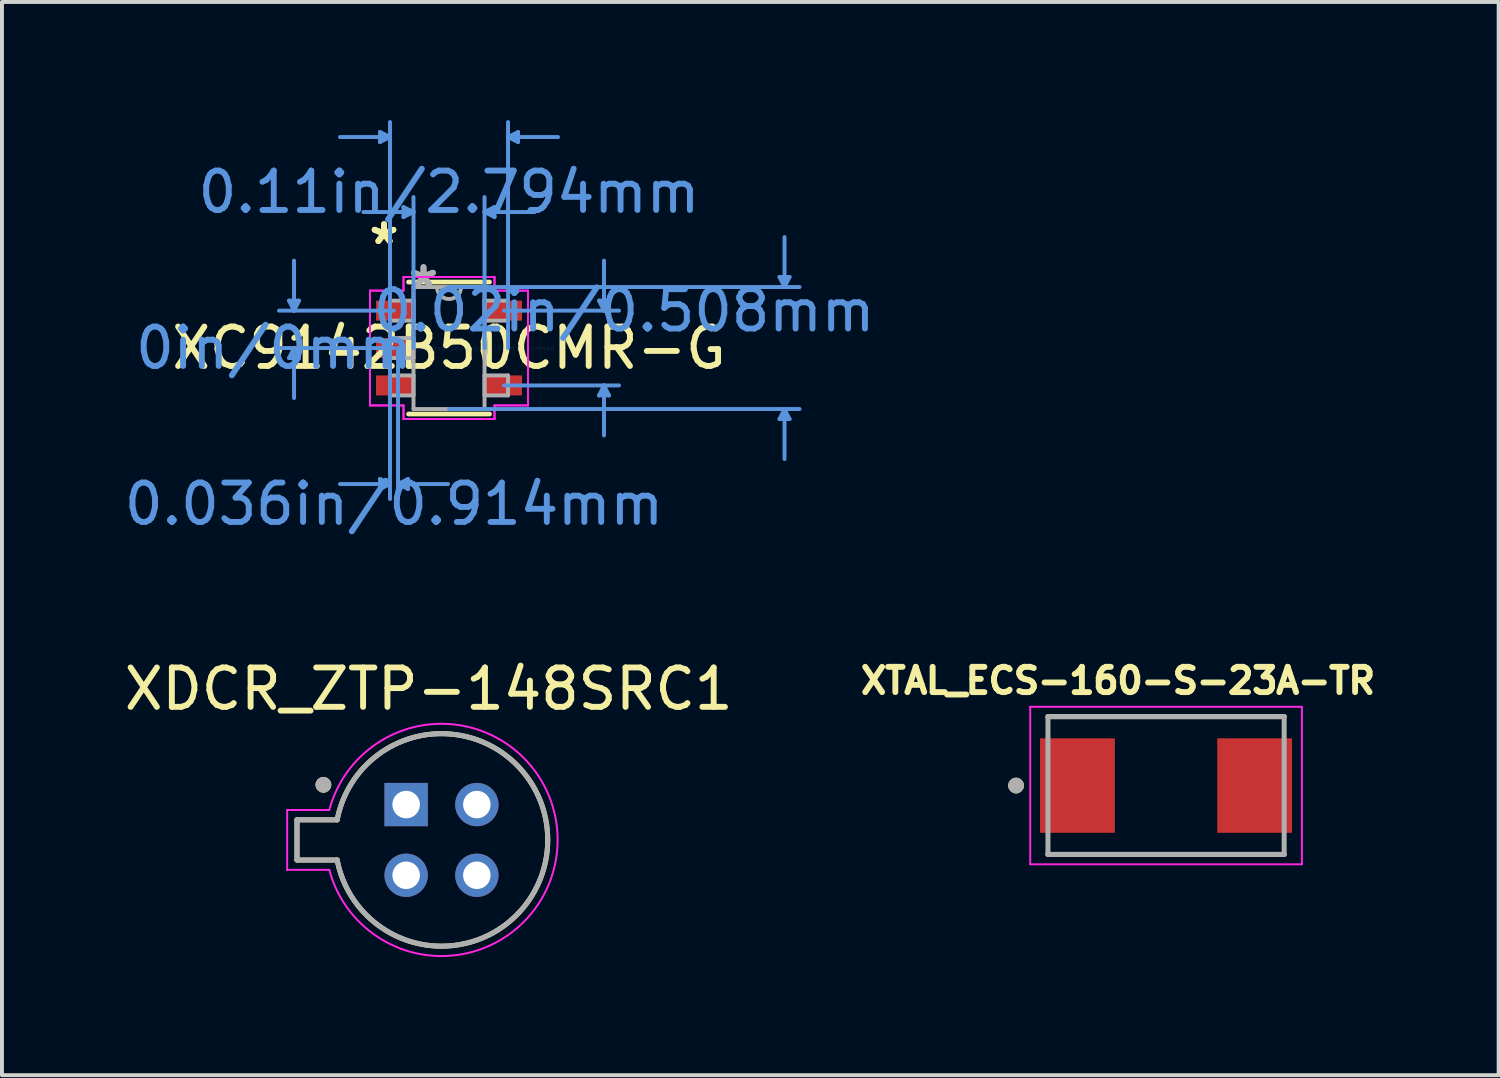
<source format=kicad_pcb>
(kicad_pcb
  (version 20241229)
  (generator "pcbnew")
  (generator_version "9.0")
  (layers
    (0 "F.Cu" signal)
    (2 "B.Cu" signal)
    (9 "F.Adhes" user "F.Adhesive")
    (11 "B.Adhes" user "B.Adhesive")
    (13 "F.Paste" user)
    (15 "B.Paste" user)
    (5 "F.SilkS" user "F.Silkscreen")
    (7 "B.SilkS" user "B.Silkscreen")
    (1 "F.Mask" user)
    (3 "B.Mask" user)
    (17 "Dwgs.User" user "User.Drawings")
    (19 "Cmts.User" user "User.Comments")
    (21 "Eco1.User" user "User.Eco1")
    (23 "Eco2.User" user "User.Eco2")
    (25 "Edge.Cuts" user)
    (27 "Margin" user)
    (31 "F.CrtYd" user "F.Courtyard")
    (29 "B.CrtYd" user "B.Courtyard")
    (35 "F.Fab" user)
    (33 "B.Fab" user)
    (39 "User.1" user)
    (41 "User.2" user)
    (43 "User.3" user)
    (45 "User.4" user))
  (footprint "XTAL_ECS-160-S-23A-TR"
    (layer "F.Cu")
    (at 26.568 16.903)
    (property "Reference" "XTAL_ECS-160-S-23A-TR" (at -1.221 -2.663 0) (layer "F.SilkS") (effects (font (size 0.642 0.642) (thickness 0.15))))
    (attr through_hole)
    (fp_line (start -3 -1.75) (end 3 -1.75) (stroke (width 0.127) (type solid)) (layer "F.SilkS"))
    (fp_line (start -3 1.75) (end 3 1.75) (stroke (width 0.127) (type solid)) (layer "F.SilkS"))
    (fp_circle (center -3.81 0) (end -3.71 0) (stroke (width 0.2) (type solid)) (fill no) (layer "F.SilkS"))
    (fp_line (start -3.45 -2) (end 3.45 -2) (stroke (width 0.05) (type solid)) (layer "F.CrtYd"))
    (fp_line (start -3.45 2) (end -3.45 -2) (stroke (width 0.05) (type solid)) (layer "F.CrtYd"))
    (fp_line (start 3.45 -2) (end 3.45 2) (stroke (width 0.05) (type solid)) (layer "F.CrtYd"))
    (fp_line (start 3.45 2) (end -3.45 2) (stroke (width 0.05) (type solid)) (layer "F.CrtYd"))
    (fp_line (start -3 -1.75) (end -3 1.75) (stroke (width 0.127) (type solid)) (layer "F.Fab"))
    (fp_line (start -3 -1.75) (end 3 -1.75) (stroke (width 0.127) (type solid)) (layer "F.Fab"))
    (fp_line (start -3 1.75) (end 3 1.75) (stroke (width 0.127) (type solid)) (layer "F.Fab"))
    (fp_line (start 3 1.75) (end 3 -1.75) (stroke (width 0.127) (type solid)) (layer "F.Fab"))
    (fp_circle (center -3.81 0) (end -3.71 0) (stroke (width 0.2) (type solid)) (fill no) (layer "F.Fab"))
    (pad "1" smd rect (at -2.25 0 90) (size 2.4 1.9) (layers "F.Cu" "F.Mask" "F.Paste"))
    (pad "2" smd rect (at 2.25 0 90) (size 2.4 1.9) (layers "F.Cu" "F.Mask" "F.Paste")))
  (footprint "XDCR_ZTP-148SRC1"
    (layer "F.Cu")
    (at 8.164 18.284)
    (property "Reference" "XDCR_ZTP-148SRC1" (at -0.325 -3.835 0) (layer "F.SilkS") (effects (font (size 1 1) (thickness 0.15))))
    (attr through_hole)
    (fp_line (start -3.67 -0.51) (end -3.67 0.51) (stroke (width 0.127) (type solid)) (layer "F.SilkS"))
    (fp_line (start -3.67 0.51) (end -2.65 0.51) (stroke (width 0.127) (type solid)) (layer "F.SilkS"))
    (fp_line (start -2.65 -0.51) (end -3.67 -0.51) (stroke (width 0.127) (type solid)) (layer "F.SilkS"))
    (fp_arc (start -2.65 -0.51) (mid 2.698651 0) (end -2.65 0.51) (stroke (width 0.127) (type solid)) (layer "F.SilkS"))
    (fp_circle (center -3 -1.4) (end -2.9 -1.4) (stroke (width 0.2) (type solid)) (fill no) (layer "F.SilkS"))
    (fp_line (start -3.92 -0.76) (end -2.85 -0.76) (stroke (width 0.05) (type solid)) (layer "F.CrtYd"))
    (fp_line (start -3.92 0.76) (end -3.92 -0.76) (stroke (width 0.05) (type solid)) (layer "F.CrtYd"))
    (fp_line (start -2.85 0.76) (end -3.92 0.76) (stroke (width 0.05) (type solid)) (layer "F.CrtYd"))
    (fp_arc (start -2.85 -0.76) (mid 2.94956 0) (end -2.85 0.76) (stroke (width 0.05) (type solid)) (layer "F.CrtYd"))
    (fp_line (start -3.67 -0.51) (end -3.67 0.51) (stroke (width 0.127) (type solid)) (layer "F.Fab"))
    (fp_line (start -3.67 0.51) (end -2.65 0.51) (stroke (width 0.127) (type solid)) (layer "F.Fab"))
    (fp_line (start -2.65 -0.51) (end -3.67 -0.51) (stroke (width 0.127) (type solid)) (layer "F.Fab"))
    (fp_arc (start -2.65 -0.51) (mid 2.698651 0) (end -2.65 0.51) (stroke (width 0.127) (type solid)) (layer "F.Fab"))
    (fp_circle (center -3 -1.4) (end -2.9 -1.4) (stroke (width 0.2) (type solid)) (fill no) (layer "F.Fab"))
    (pad "1" thru_hole rect (at -0.898 -0.898) (size 1.1 1.1) (drill 0.7) (layers "*.Cu" "*.Mask"))
    (pad "2" thru_hole circle (at -0.898 0.898) (size 1.1 1.1) (drill 0.7) (layers "*.Cu" "*.Mask"))
    (pad "3" thru_hole circle (at 0.898 0.898) (size 1.1 1.1) (drill 0.7) (layers "*.Cu" "*.Mask"))
    (pad "4" thru_hole circle (at 0.898 -0.898) (size 1.1 1.1) (drill 0.7) (layers "*.Cu" "*.Mask")))
  (footprint "XC9142B50CMR-G"
    (layer "F.Cu")
    (at 8.355 5.79)
    (property "Reference" "XC9142B50CMR-G" (at 0 0 0) (layer "F.SilkS") (effects (font (size 1 1) (thickness 0.15))))
    (attr through_hole)
    (fp_line (start -1.029 1.676) (end 1.029 1.676) (stroke (width 0.12) (type solid)) (layer "F.SilkS"))
    (fp_line (start 1.029 -1.676) (end -1.029 -1.676) (stroke (width 0.12) (type solid)) (layer "F.SilkS"))
    (fp_line (start 1.029 0.363) (end 1.029 -0.363) (stroke (width 0.12) (type solid)) (layer "F.SilkS"))
    (fp_line (start -4.064 -1.204) (end -3.81 -1.204) (stroke (width 0.1) (type solid)) (layer "Cmts.User"))
    (fp_line (start -4.064 0.254) (end -3.81 0.254) (stroke (width 0.1) (type solid)) (layer "Cmts.User"))
    (fp_line (start -3.937 -0.95) (end -4.064 -1.204) (stroke (width 0.1) (type solid)) (layer "Cmts.User"))
    (fp_line (start -3.937 -0.95) (end -3.937 -2.22) (stroke (width 0.1) (type solid)) (layer "Cmts.User"))
    (fp_line (start -3.937 -0.95) (end -3.81 -1.204) (stroke (width 0.1) (type solid)) (layer "Cmts.User"))
    (fp_line (start -3.937 0) (end -4.064 0.254) (stroke (width 0.1) (type solid)) (layer "Cmts.User"))
    (fp_line (start -3.937 0) (end -3.937 1.27) (stroke (width 0.1) (type solid)) (layer "Cmts.User"))
    (fp_line (start -3.937 0) (end -3.81 0.254) (stroke (width 0.1) (type solid)) (layer "Cmts.User"))
    (fp_line (start -1.753 -5.486) (end -1.753 -5.232) (stroke (width 0.1) (type solid)) (layer "Cmts.User"))
    (fp_line (start -1.753 3.327) (end -1.753 3.581) (stroke (width 0.1) (type solid)) (layer "Cmts.User"))
    (fp_line (start -1.499 -5.359) (end -2.769 -5.359) (stroke (width 0.1) (type solid)) (layer "Cmts.User"))
    (fp_line (start -1.499 -5.359) (end -1.753 -5.486) (stroke (width 0.1) (type solid)) (layer "Cmts.User"))
    (fp_line (start -1.499 -5.359) (end -1.753 -5.232) (stroke (width 0.1) (type solid)) (layer "Cmts.User"))
    (fp_line (start -1.499 0) (end -1.499 -5.74) (stroke (width 0.1) (type solid)) (layer "Cmts.User"))
    (fp_line (start -1.499 0) (end -1.499 3.835) (stroke (width 0.1) (type solid)) (layer "Cmts.User"))
    (fp_line (start -1.499 3.454) (end -2.769 3.454) (stroke (width 0.1) (type solid)) (layer "Cmts.User"))
    (fp_line (start -1.499 3.454) (end -1.753 3.327) (stroke (width 0.1) (type solid)) (layer "Cmts.User"))
    (fp_line (start -1.499 3.454) (end -1.753 3.581) (stroke (width 0.1) (type solid)) (layer "Cmts.User"))
    (fp_line (start -1.397 -0.95) (end -4.318 -0.95) (stroke (width 0.1) (type solid)) (layer "Cmts.User"))
    (fp_line (start -1.397 0) (end -4.318 0) (stroke (width 0.1) (type solid)) (layer "Cmts.User"))
    (fp_line (start -1.295 0) (end -1.295 3.835) (stroke (width 0.1) (type solid)) (layer "Cmts.User"))
    (fp_line (start -1.295 3.454) (end -1.041 3.327) (stroke (width 0.1) (type solid)) (layer "Cmts.User"))
    (fp_line (start -1.295 3.454) (end -1.041 3.581) (stroke (width 0.1) (type solid)) (layer "Cmts.User"))
    (fp_line (start -1.295 3.454) (end -0.025 3.454) (stroke (width 0.1) (type solid)) (layer "Cmts.User"))
    (fp_line (start -1.156 -3.581) (end -1.156 -3.327) (stroke (width 0.1) (type solid)) (layer "Cmts.User"))
    (fp_line (start -1.041 3.327) (end -1.041 3.581) (stroke (width 0.1) (type solid)) (layer "Cmts.User"))
    (fp_line (start -0.902 -3.454) (end -2.172 -3.454) (stroke (width 0.1) (type solid)) (layer "Cmts.User"))
    (fp_line (start -0.902 -3.454) (end -1.156 -3.581) (stroke (width 0.1) (type solid)) (layer "Cmts.User"))
    (fp_line (start -0.902 -3.454) (end -1.156 -3.327) (stroke (width 0.1) (type solid)) (layer "Cmts.User"))
    (fp_line (start -0.902 0) (end -0.902 -3.835) (stroke (width 0.1) (type solid)) (layer "Cmts.User"))
    (fp_line (start 0 -1.549) (end 8.903 -1.549) (stroke (width 0.1) (type solid)) (layer "Cmts.User"))
    (fp_line (start 0 1.549) (end 8.903 1.549) (stroke (width 0.1) (type solid)) (layer "Cmts.User"))
    (fp_line (start 0.902 -3.454) (end 1.156 -3.581) (stroke (width 0.1) (type solid)) (layer "Cmts.User"))
    (fp_line (start 0.902 -3.454) (end 1.156 -3.327) (stroke (width 0.1) (type solid)) (layer "Cmts.User"))
    (fp_line (start 0.902 -3.454) (end 2.172 -3.454) (stroke (width 0.1) (type solid)) (layer "Cmts.User"))
    (fp_line (start 0.902 0) (end 0.902 -3.835) (stroke (width 0.1) (type solid)) (layer "Cmts.User"))
    (fp_line (start 1.156 -3.581) (end 1.156 -3.327) (stroke (width 0.1) (type solid)) (layer "Cmts.User"))
    (fp_line (start 1.397 -0.95) (end 4.318 -0.95) (stroke (width 0.1) (type solid)) (layer "Cmts.User"))
    (fp_line (start 1.397 0.95) (end 4.318 0.95) (stroke (width 0.1) (type solid)) (layer "Cmts.User"))
    (fp_line (start 1.499 -5.359) (end 1.753 -5.486) (stroke (width 0.1) (type solid)) (layer "Cmts.User"))
    (fp_line (start 1.499 -5.359) (end 1.753 -5.232) (stroke (width 0.1) (type solid)) (layer "Cmts.User"))
    (fp_line (start 1.499 -5.359) (end 2.769 -5.359) (stroke (width 0.1) (type solid)) (layer "Cmts.User"))
    (fp_line (start 1.499 0) (end 1.499 -5.74) (stroke (width 0.1) (type solid)) (layer "Cmts.User"))
    (fp_line (start 1.753 -5.486) (end 1.753 -5.232) (stroke (width 0.1) (type solid)) (layer "Cmts.User"))
    (fp_line (start 3.81 -1.204) (end 4.064 -1.204) (stroke (width 0.1) (type solid)) (layer "Cmts.User"))
    (fp_line (start 3.81 1.204) (end 4.064 1.204) (stroke (width 0.1) (type solid)) (layer "Cmts.User"))
    (fp_line (start 3.937 -0.95) (end 3.81 -1.204) (stroke (width 0.1) (type solid)) (layer "Cmts.User"))
    (fp_line (start 3.937 -0.95) (end 3.937 -2.22) (stroke (width 0.1) (type solid)) (layer "Cmts.User"))
    (fp_line (start 3.937 -0.95) (end 4.064 -1.204) (stroke (width 0.1) (type solid)) (layer "Cmts.User"))
    (fp_line (start 3.937 0.95) (end 3.81 1.204) (stroke (width 0.1) (type solid)) (layer "Cmts.User"))
    (fp_line (start 3.937 0.95) (end 3.937 2.22) (stroke (width 0.1) (type solid)) (layer "Cmts.User"))
    (fp_line (start 3.937 0.95) (end 4.064 1.204) (stroke (width 0.1) (type solid)) (layer "Cmts.User"))
    (fp_line (start 8.395 -1.803) (end 8.649 -1.803) (stroke (width 0.1) (type solid)) (layer "Cmts.User"))
    (fp_line (start 8.395 1.803) (end 8.649 1.803) (stroke (width 0.1) (type solid)) (layer "Cmts.User"))
    (fp_line (start 8.522 -1.549) (end 8.395 -1.803) (stroke (width 0.1) (type solid)) (layer "Cmts.User"))
    (fp_line (start 8.522 -1.549) (end 8.522 -2.819) (stroke (width 0.1) (type solid)) (layer "Cmts.User"))
    (fp_line (start 8.522 -1.549) (end 8.649 -1.803) (stroke (width 0.1) (type solid)) (layer "Cmts.User"))
    (fp_line (start 8.522 1.549) (end 8.395 1.803) (stroke (width 0.1) (type solid)) (layer "Cmts.User"))
    (fp_line (start 8.522 1.549) (end 8.522 2.819) (stroke (width 0.1) (type solid)) (layer "Cmts.User"))
    (fp_line (start 8.522 1.549) (end 8.649 1.803) (stroke (width 0.1) (type solid)) (layer "Cmts.User"))
    (fp_line (start -2.007 -1.458) (end -1.156 -1.458) (stroke (width 0.05) (type solid)) (layer "F.CrtYd"))
    (fp_line (start -2.007 -1.458) (end -1.156 -1.458) (stroke (width 0.05) (type solid)) (layer "F.CrtYd"))
    (fp_line (start -2.007 1.458) (end -2.007 -1.458) (stroke (width 0.05) (type solid)) (layer "F.CrtYd"))
    (fp_line (start -2.007 1.458) (end -2.007 -1.458) (stroke (width 0.05) (type solid)) (layer "F.CrtYd"))
    (fp_line (start -1.156 -1.803) (end 1.156 -1.803) (stroke (width 0.05) (type solid)) (layer "F.CrtYd"))
    (fp_line (start -1.156 -1.803) (end 1.156 -1.803) (stroke (width 0.05) (type solid)) (layer "F.CrtYd"))
    (fp_line (start -1.156 -1.458) (end -1.156 -1.803) (stroke (width 0.05) (type solid)) (layer "F.CrtYd"))
    (fp_line (start -1.156 -1.458) (end -1.156 -1.803) (stroke (width 0.05) (type solid)) (layer "F.CrtYd"))
    (fp_line (start -1.156 1.458) (end -2.007 1.458) (stroke (width 0.05) (type solid)) (layer "F.CrtYd"))
    (fp_line (start -1.156 1.458) (end -2.007 1.458) (stroke (width 0.05) (type solid)) (layer "F.CrtYd"))
    (fp_line (start -1.156 1.803) (end -1.156 1.458) (stroke (width 0.05) (type solid)) (layer "F.CrtYd"))
    (fp_line (start -1.156 1.803) (end -1.156 1.458) (stroke (width 0.05) (type solid)) (layer "F.CrtYd"))
    (fp_line (start 1.156 -1.803) (end 1.156 -1.458) (stroke (width 0.05) (type solid)) (layer "F.CrtYd"))
    (fp_line (start 1.156 -1.803) (end 1.156 -1.458) (stroke (width 0.05) (type solid)) (layer "F.CrtYd"))
    (fp_line (start 1.156 -1.458) (end 2.007 -1.458) (stroke (width 0.05) (type solid)) (layer "F.CrtYd"))
    (fp_line (start 1.156 -1.458) (end 2.007 -1.458) (stroke (width 0.05) (type solid)) (layer "F.CrtYd"))
    (fp_line (start 1.156 1.458) (end 1.156 1.803) (stroke (width 0.05) (type solid)) (layer "F.CrtYd"))
    (fp_line (start 1.156 1.458) (end 1.156 1.803) (stroke (width 0.05) (type solid)) (layer "F.CrtYd"))
    (fp_line (start 1.156 1.803) (end -1.156 1.803) (stroke (width 0.05) (type solid)) (layer "F.CrtYd"))
    (fp_line (start 1.156 1.803) (end -1.156 1.803) (stroke (width 0.05) (type solid)) (layer "F.CrtYd"))
    (fp_line (start 2.007 -1.458) (end 2.007 1.458) (stroke (width 0.05) (type solid)) (layer "F.CrtYd"))
    (fp_line (start 2.007 -1.458) (end 2.007 1.458) (stroke (width 0.05) (type solid)) (layer "F.CrtYd"))
    (fp_line (start 2.007 1.458) (end 1.156 1.458) (stroke (width 0.05) (type solid)) (layer "F.CrtYd"))
    (fp_line (start 2.007 1.458) (end 1.156 1.458) (stroke (width 0.05) (type solid)) (layer "F.CrtYd"))
    (fp_line (start -1.499 -1.204) (end -1.499 -0.696) (stroke (width 0.1) (type solid)) (layer "F.Fab"))
    (fp_line (start -1.499 -0.696) (end -0.902 -0.696) (stroke (width 0.1) (type solid)) (layer "F.Fab"))
    (fp_line (start -1.499 -0.254) (end -1.499 0.254) (stroke (width 0.1) (type solid)) (layer "F.Fab"))
    (fp_line (start -1.499 0.254) (end -0.902 0.254) (stroke (width 0.1) (type solid)) (layer "F.Fab"))
    (fp_line (start -1.499 0.696) (end -1.499 1.204) (stroke (width 0.1) (type solid)) (layer "F.Fab"))
    (fp_line (start -1.499 1.204) (end -0.902 1.204) (stroke (width 0.1) (type solid)) (layer "F.Fab"))
    (fp_line (start -0.902 -1.549) (end -0.902 1.549) (stroke (width 0.1) (type solid)) (layer "F.Fab"))
    (fp_line (start -0.902 -1.204) (end -1.499 -1.204) (stroke (width 0.1) (type solid)) (layer "F.Fab"))
    (fp_line (start -0.902 -0.696) (end -0.902 -1.204) (stroke (width 0.1) (type solid)) (layer "F.Fab"))
    (fp_line (start -0.902 -0.254) (end -1.499 -0.254) (stroke (width 0.1) (type solid)) (layer "F.Fab"))
    (fp_line (start -0.902 0.254) (end -0.902 -0.254) (stroke (width 0.1) (type solid)) (layer "F.Fab"))
    (fp_line (start -0.902 0.696) (end -1.499 0.696) (stroke (width 0.1) (type solid)) (layer "F.Fab"))
    (fp_line (start -0.902 1.204) (end -0.902 0.696) (stroke (width 0.1) (type solid)) (layer "F.Fab"))
    (fp_line (start -0.902 1.549) (end 0.902 1.549) (stroke (width 0.1) (type solid)) (layer "F.Fab"))
    (fp_line (start 0.902 -1.549) (end -0.902 -1.549) (stroke (width 0.1) (type solid)) (layer "F.Fab"))
    (fp_line (start 0.902 -1.204) (end 0.902 -0.696) (stroke (width 0.1) (type solid)) (layer "F.Fab"))
    (fp_line (start 0.902 -0.696) (end 1.499 -0.696) (stroke (width 0.1) (type solid)) (layer "F.Fab"))
    (fp_line (start 0.902 0.696) (end 0.902 1.204) (stroke (width 0.1) (type solid)) (layer "F.Fab"))
    (fp_line (start 0.902 1.204) (end 1.499 1.204) (stroke (width 0.1) (type solid)) (layer "F.Fab"))
    (fp_line (start 0.902 1.549) (end 0.902 -1.549) (stroke (width 0.1) (type solid)) (layer "F.Fab"))
    (fp_line (start 1.499 -1.204) (end 0.902 -1.204) (stroke (width 0.1) (type solid)) (layer "F.Fab"))
    (fp_line (start 1.499 -0.696) (end 1.499 -1.204) (stroke (width 0.1) (type solid)) (layer "F.Fab"))
    (fp_line (start 1.499 0.696) (end 0.902 0.696) (stroke (width 0.1) (type solid)) (layer "F.Fab"))
    (fp_line (start 1.499 1.204) (end 1.499 0.696) (stroke (width 0.1) (type solid)) (layer "F.Fab"))
    (fp_arc (start 0.3048 -1.5494) (mid 0 -1.2446) (end -0.3048 -1.5494) (stroke (width 0.1) (type solid)) (layer "F.Fab"))
    (fp_text user "*" (at -1.651 -2.601 0) (layer "F.SilkS") (effects (font (size 1 1) (thickness 0.15))))
    (fp_text user "*" (at -1.651 -2.601 0) (layer "F.SilkS") (effects (font (size 1 1) (thickness 0.15))))
    (fp_text user "0in/0mm" (at -4.445 0 0) (layer "Cmts.User") (effects (font (size 1 1) (thickness 0.15))))
    (fp_text user "Copyright 2021 Accelerated Designs. All rights reserved." (at 0 0 0) (layer "Cmts.User") (effects (font (size 0.127 0.127) (thickness 0.002))))
    (fp_text user "0.11in/2.794mm" (at 0 -3.962 0) (layer "Cmts.User") (effects (font (size 1 1) (thickness 0.15))))
    (fp_text user "0.02in/0.508mm" (at 4.445 -0.95 0) (layer "Cmts.User") (effects (font (size 1 1) (thickness 0.15))))
    (fp_text user "0.036in/0.914mm" (at -1.397 3.962 0) (layer "Cmts.User") (effects (font (size 1 1) (thickness 0.15))))
    (fp_text user "*" (at -0.648 -1.509 0) (layer "F.Fab") (effects (font (size 1 1) (thickness 0.15))))
    (fp_text user "*" (at -0.648 -1.509 0) (layer "F.Fab") (effects (font (size 1 1) (thickness 0.15))))
    (pad "1" smd rect (at -1.397 -0.95) (size 0.914 0.508) (layers "F.Cu" "F.Mask" "F.Paste"))
    (pad "2" smd rect (at -1.397 0) (size 0.914 0.508) (layers "F.Cu" "F.Mask" "F.Paste"))
    (pad "3" smd rect (at -1.397 0.95) (size 0.914 0.508) (layers "F.Cu" "F.Mask" "F.Paste"))
    (pad "4" smd rect (at 1.397 0.95) (size 0.914 0.508) (layers "F.Cu" "F.Mask" "F.Paste"))
    (pad "5" smd rect (at 1.397 -0.95) (size 0.914 0.508) (layers "F.Cu" "F.Mask" "F.Paste")))
  (gr_rect
    (start -3 -3)
    (end 35.016 24.259)
    (stroke (width 0.1) (type default))
    (fill no)
    (layer "Edge.Cuts")))
</source>
